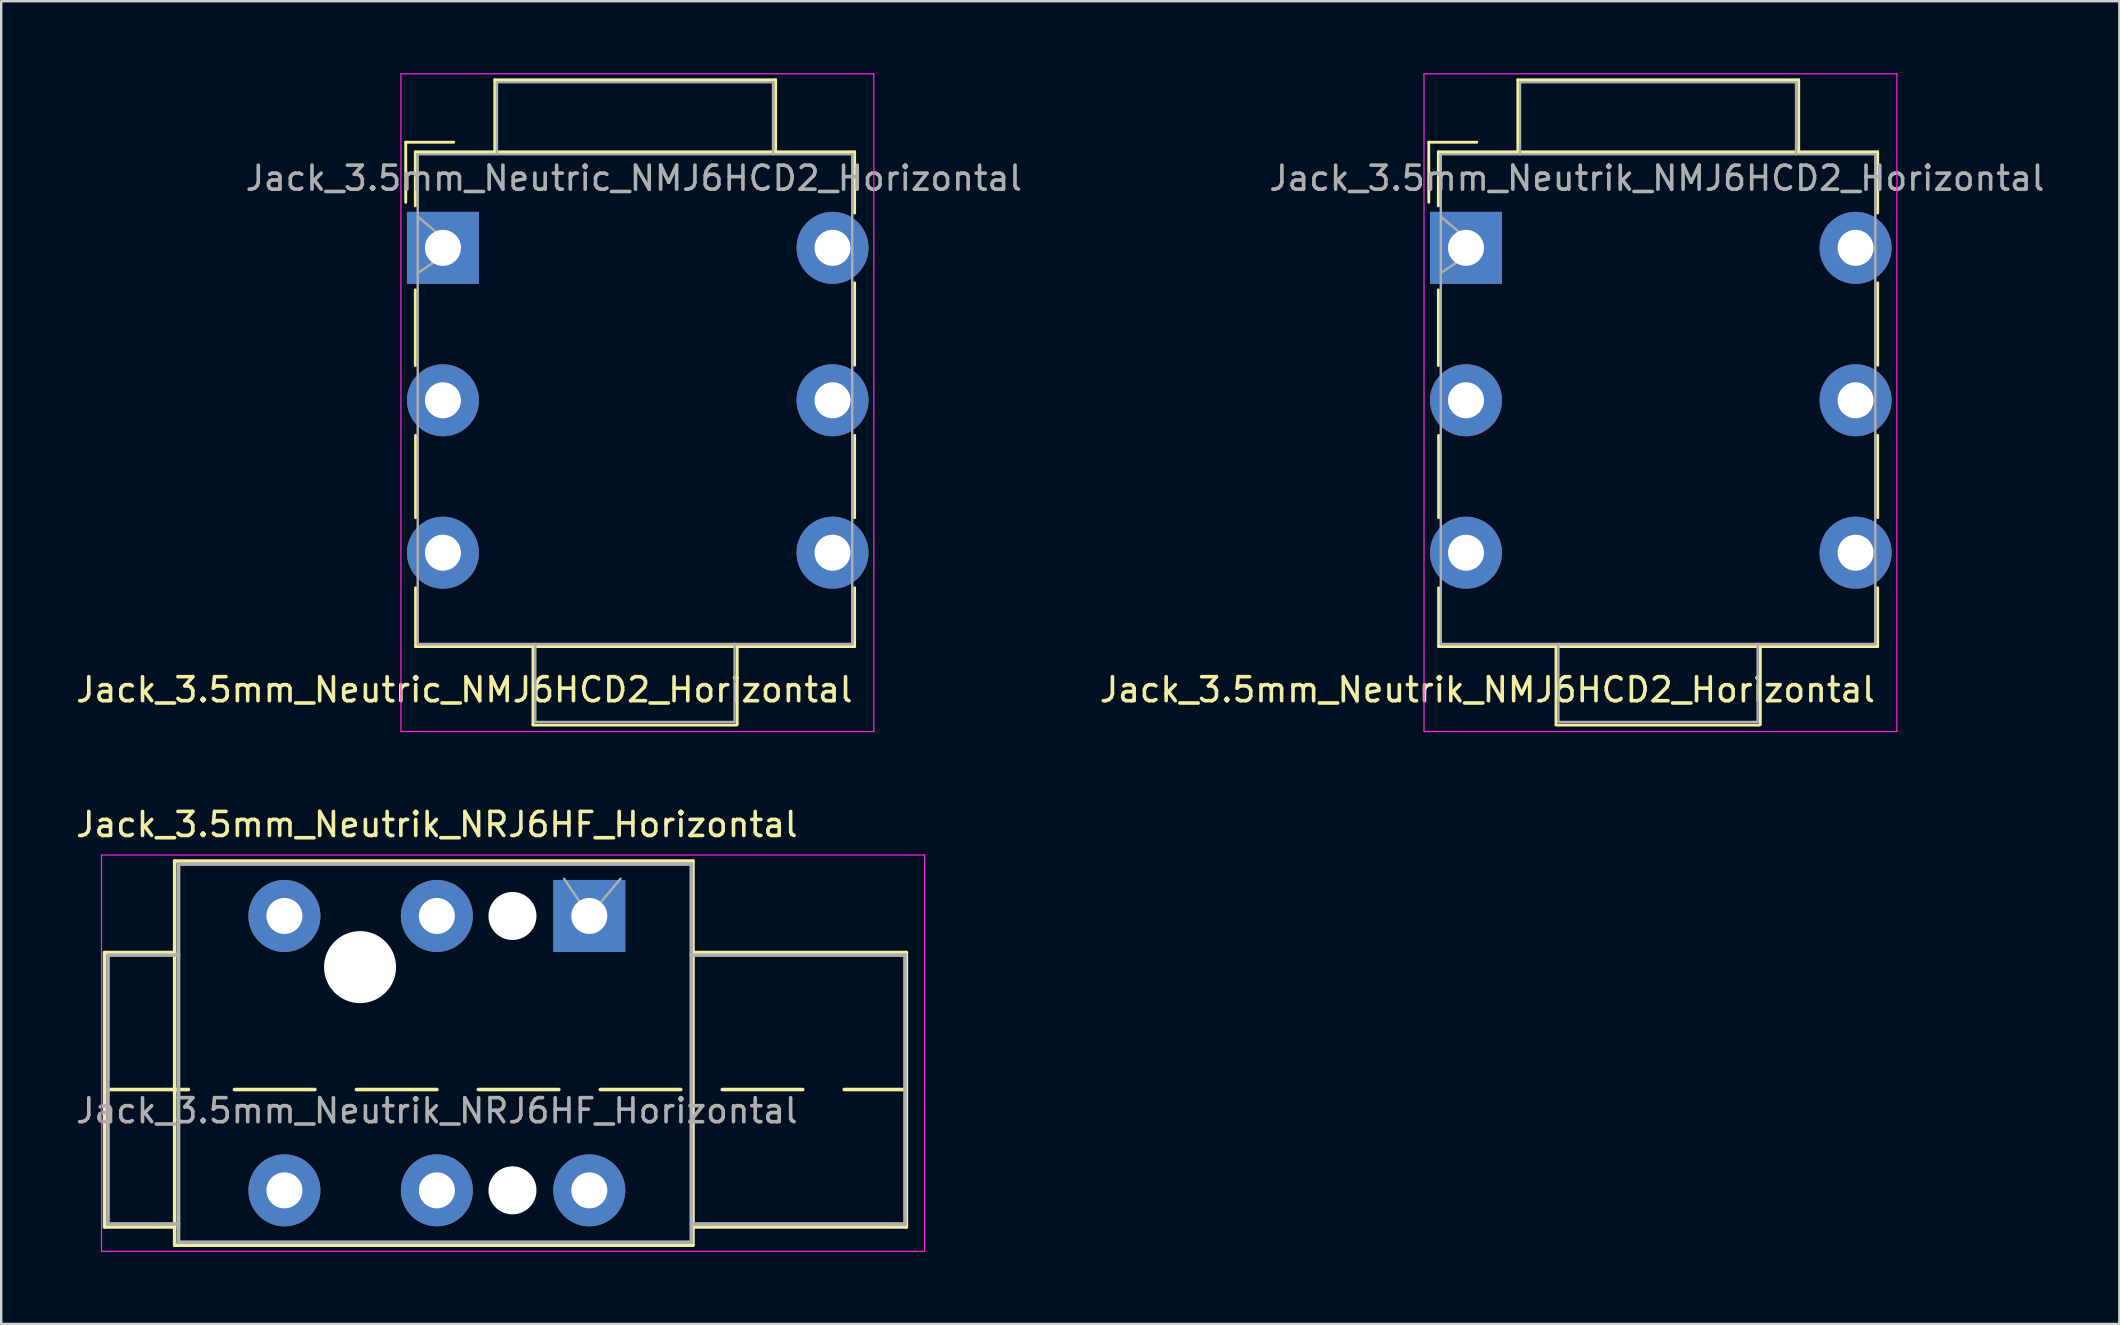
<source format=kicad_pcb>
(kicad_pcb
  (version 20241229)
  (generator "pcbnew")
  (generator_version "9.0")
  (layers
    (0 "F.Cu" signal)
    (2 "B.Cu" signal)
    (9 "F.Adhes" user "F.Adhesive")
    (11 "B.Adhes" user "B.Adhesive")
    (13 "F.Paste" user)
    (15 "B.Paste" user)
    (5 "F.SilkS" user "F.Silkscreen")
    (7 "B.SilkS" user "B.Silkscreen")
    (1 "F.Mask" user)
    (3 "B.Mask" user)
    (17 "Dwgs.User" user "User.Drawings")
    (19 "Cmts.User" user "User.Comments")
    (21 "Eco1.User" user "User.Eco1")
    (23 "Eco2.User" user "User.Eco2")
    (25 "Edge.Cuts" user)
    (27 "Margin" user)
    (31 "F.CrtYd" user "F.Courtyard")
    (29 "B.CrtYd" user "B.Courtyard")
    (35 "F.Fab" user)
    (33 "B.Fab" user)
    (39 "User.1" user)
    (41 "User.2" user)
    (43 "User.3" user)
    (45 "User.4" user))
  (footprint "Jack_3.5mm_Neutrik_NRJ6HF_Horizontal"
    (layer "F.Cu")
    (at 8.799 35.108)
    (property "Reference" "Jack_3.5mm_Neutrik_NRJ6HF_Horizontal" (at 6.35 -3.81 0) (layer "F.SilkS") (effects (font (size 1 1) (thickness 0.15))))
    (attr through_hole)
    (fp_line (start -7.493 1.524) (end -7.493 12.954) (stroke (width 0.15) (type solid)) (layer "F.SilkS"))
    (fp_line (start -7.493 1.524) (end -4.572 1.524) (stroke (width 0.15) (type solid)) (layer "F.SilkS"))
    (fp_line (start -7.493 12.954) (end -4.572 12.954) (stroke (width 0.15) (type solid)) (layer "F.SilkS"))
    (fp_line (start -7.35 7.23) (end -4 7.23) (stroke (width 0.15) (type solid)) (layer "F.SilkS"))
    (fp_line (start -4.572 -2.286) (end -4.572 13.716) (stroke (width 0.15) (type solid)) (layer "F.SilkS"))
    (fp_line (start -4.572 -2.286) (end 17.018 -2.286) (stroke (width 0.15) (type solid)) (layer "F.SilkS"))
    (fp_line (start -4.572 13.716) (end 17.018 13.716) (stroke (width 0.15) (type solid)) (layer "F.SilkS"))
    (fp_line (start -2.08 7.23) (end 1.27 7.23) (stroke (width 0.15) (type solid)) (layer "F.SilkS"))
    (fp_line (start 3 7.23) (end 6.35 7.23) (stroke (width 0.15) (type solid)) (layer "F.SilkS"))
    (fp_line (start 8.08 7.23) (end 11.43 7.23) (stroke (width 0.15) (type solid)) (layer "F.SilkS"))
    (fp_line (start 13.16 7.23) (end 16.51 7.23) (stroke (width 0.15) (type solid)) (layer "F.SilkS"))
    (fp_line (start 17.018 -2.286) (end 17.018 13.716) (stroke (width 0.15) (type solid)) (layer "F.SilkS"))
    (fp_line (start 17.018 1.524) (end 25.908 1.524) (stroke (width 0.15) (type solid)) (layer "F.SilkS"))
    (fp_line (start 17.018 12.954) (end 25.908 12.954) (stroke (width 0.15) (type solid)) (layer "F.SilkS"))
    (fp_line (start 18.24 7.23) (end 21.59 7.23) (stroke (width 0.15) (type solid)) (layer "F.SilkS"))
    (fp_line (start 23.32 7.23) (end 25.85 7.23) (stroke (width 0.15) (type solid)) (layer "F.SilkS"))
    (fp_line (start 25.908 1.524) (end 25.908 12.954) (stroke (width 0.15) (type solid)) (layer "F.SilkS"))
    (fp_line (start -7.62 -2.54) (end -7.62 13.97) (stroke (width 0.05) (type solid)) (layer "F.CrtYd"))
    (fp_line (start -7.62 13.97) (end 26.67 13.97) (stroke (width 0.05) (type solid)) (layer "F.CrtYd"))
    (fp_line (start 26.67 -2.54) (end -7.62 -2.54) (stroke (width 0.05) (type solid)) (layer "F.CrtYd"))
    (fp_line (start 26.67 -2.54) (end 26.67 13.97) (stroke (width 0.05) (type solid)) (layer "F.CrtYd"))
    (fp_line (start -7.35 1.63) (end -7.35 12.83) (stroke (width 0.15) (type solid)) (layer "F.Fab"))
    (fp_line (start -7.35 1.63) (end -4.41 1.63) (stroke (width 0.15) (type solid)) (layer "F.Fab"))
    (fp_line (start -7.35 12.83) (end -4.41 12.83) (stroke (width 0.15) (type solid)) (layer "F.Fab"))
    (fp_line (start -4.41 -2.16) (end -4.41 13.59) (stroke (width 0.15) (type solid)) (layer "F.Fab"))
    (fp_line (start -4.41 -2.16) (end 16.95 -2.16) (stroke (width 0.15) (type solid)) (layer "F.Fab"))
    (fp_line (start -4.41 13.59) (end 16.95 13.59) (stroke (width 0.15) (type solid)) (layer "F.Fab"))
    (fp_line (start 12.7 0) (end 11.65 -1.55) (stroke (width 0.1) (type solid)) (layer "F.Fab"))
    (fp_line (start 14 -1.55) (end 12.7 0) (stroke (width 0.1) (type solid)) (layer "F.Fab"))
    (fp_line (start 16.95 -2.16) (end 16.95 13.59) (stroke (width 0.15) (type solid)) (layer "F.Fab"))
    (fp_line (start 16.95 1.63) (end 25.85 1.63) (stroke (width 0.15) (type solid)) (layer "F.Fab"))
    (fp_line (start 16.95 12.83) (end 25.85 12.83) (stroke (width 0.15) (type solid)) (layer "F.Fab"))
    (fp_line (start 25.85 1.63) (end 25.85 12.83) (stroke (width 0.15) (type solid)) (layer "F.Fab"))
    (fp_text user "${REFERENCE}" (at 6.35 8.115 0) (layer "F.Fab") (effects (font (size 1 1) (thickness 0.15))))
    (pad "" np_thru_hole circle (at 3.15 2.13) (size 3 3) (drill 3) (layers "*.Cu" "*.Mask"))
    (pad "" np_thru_hole circle (at 9.5 0) (size 2 2) (drill 2) (layers "*.Cu" "*.Mask"))
    (pad "" np_thru_hole circle (at 9.5 11.43) (size 2 2) (drill 2) (layers "*.Cu" "*.Mask"))
    (pad "R" thru_hole circle (at 6.35 0) (size 3 3) (drill 1.5) (layers "*.Cu" "*.Mask"))
    (pad "RN" thru_hole circle (at 6.35 11.43) (size 3 3) (drill 1.5) (layers "*.Cu" "*.Mask"))
    (pad "S" thru_hole rect (at 12.7 0) (size 3 3) (drill 1.5) (layers "*.Cu" "*.Mask"))
    (pad "SN" thru_hole circle (at 12.7 11.43) (size 3 3) (drill 1.5) (layers "*.Cu" "*.Mask"))
    (pad "T" thru_hole circle (at 0 0) (size 3 3) (drill 1.5) (layers "*.Cu" "*.Mask"))
    (pad "TN" thru_hole circle (at 0 11.43) (size 3 3) (drill 1.5) (layers "*.Cu" "*.Mask")))
  (footprint "Jack_3.5mm_Neutrik_NMJ6HCD2_Horizontal"
    (layer "F.Cu")
    (at 58.021 7.275)
    (property "Reference" "Jack_3.5mm_Neutrik_NMJ6HCD2_Horizontal" (at 0.89 18.41 0) (layer "F.SilkS") (effects (font (size 1 1) (thickness 0.15))))
    (attr through_hole)
    (fp_line (start -1.55 -4.4) (end -1.55 -1.9) (stroke (width 0.12) (type solid)) (layer "F.SilkS"))
    (fp_line (start -1.15 -4) (end 17.15 -4) (stroke (width 0.12) (type solid)) (layer "F.SilkS"))
    (fp_line (start -1.15 -1.75) (end -1.15 -4) (stroke (width 0.12) (type solid)) (layer "F.SilkS"))
    (fp_line (start -1.15 4.9) (end -1.15 1.75) (stroke (width 0.12) (type solid)) (layer "F.SilkS"))
    (fp_line (start -1.14 11.24) (end -1.14 7.81) (stroke (width 0.12) (type solid)) (layer "F.SilkS"))
    (fp_line (start -1.14 16.61) (end -1.14 14.16) (stroke (width 0.12) (type solid)) (layer "F.SilkS"))
    (fp_line (start -1.14 16.61) (end 17.15 16.61) (stroke (width 0.12) (type solid)) (layer "F.SilkS"))
    (fp_line (start 0.45 -4.4) (end -1.55 -4.4) (stroke (width 0.12) (type solid)) (layer "F.SilkS"))
    (fp_line (start 2.16 -7) (end 2.16 -4) (stroke (width 0.12) (type solid)) (layer "F.SilkS"))
    (fp_line (start 2.16 -7) (end 13.86 -7) (stroke (width 0.12) (type solid)) (layer "F.SilkS"))
    (fp_line (start 3.75 16.64) (end 3.75 19.86) (stroke (width 0.12) (type solid)) (layer "F.SilkS"))
    (fp_line (start 3.75 19.88) (end 12.23 19.88) (stroke (width 0.12) (type solid)) (layer "F.SilkS"))
    (fp_line (start 12.26 16.64) (end 12.26 19.86) (stroke (width 0.12) (type solid)) (layer "F.SilkS"))
    (fp_line (start 13.86 -7) (end 13.86 -4) (stroke (width 0.12) (type solid)) (layer "F.SilkS"))
    (fp_line (start 17.15 -4) (end 17.15 -1.45) (stroke (width 0.12) (type solid)) (layer "F.SilkS"))
    (fp_line (start 17.15 1.46) (end 17.15 4.89) (stroke (width 0.12) (type solid)) (layer "F.SilkS"))
    (fp_line (start 17.15 7.81) (end 17.15 11.24) (stroke (width 0.12) (type solid)) (layer "F.SilkS"))
    (fp_line (start 17.15 16.61) (end 17.15 14.16) (stroke (width 0.12) (type solid)) (layer "F.SilkS"))
    (fp_line (start -1.75 -7.25) (end -1.75 20.15) (stroke (width 0.05) (type solid)) (layer "F.CrtYd"))
    (fp_line (start -1.75 -7.25) (end 17.95 -7.25) (stroke (width 0.05) (type solid)) (layer "F.CrtYd"))
    (fp_line (start -1.75 20.15) (end 17.95 20.15) (stroke (width 0.05) (type solid)) (layer "F.CrtYd"))
    (fp_line (start 17.95 20.15) (end 17.95 -7.25) (stroke (width 0.05) (type solid)) (layer "F.CrtYd"))
    (fp_line (start -1.05 -3.9) (end 17.05 -3.9) (stroke (width 0.1) (type solid)) (layer "F.Fab"))
    (fp_line (start -1.05 -1.3) (end 0.5 0) (stroke (width 0.1) (type solid)) (layer "F.Fab"))
    (fp_line (start -1.05 16.5) (end -1.05 -3.9) (stroke (width 0.1) (type solid)) (layer "F.Fab"))
    (fp_line (start 0.5 0) (end -1.05 1.05) (stroke (width 0.1) (type solid)) (layer "F.Fab"))
    (fp_line (start 2.25 -6.9) (end 13.75 -6.9) (stroke (width 0.1) (type solid)) (layer "F.Fab"))
    (fp_line (start 2.25 -3.9) (end 2.25 -6.9) (stroke (width 0.1) (type solid)) (layer "F.Fab"))
    (fp_line (start 3.85 16.5) (end 3.85 19.75) (stroke (width 0.1) (type solid)) (layer "F.Fab"))
    (fp_line (start 3.85 19.75) (end 12.15 19.75) (stroke (width 0.1) (type solid)) (layer "F.Fab"))
    (fp_line (start 12.15 19.75) (end 12.15 16.5) (stroke (width 0.1) (type solid)) (layer "F.Fab"))
    (fp_line (start 13.75 -6.9) (end 13.75 -3.9) (stroke (width 0.1) (type solid)) (layer "F.Fab"))
    (fp_line (start 17.05 -3.9) (end 17.05 16.5) (stroke (width 0.1) (type solid)) (layer "F.Fab"))
    (fp_line (start 17.05 16.5) (end -1.05 16.5) (stroke (width 0.1) (type solid)) (layer "F.Fab"))
    (fp_text user "${REFERENCE}" (at 7.95 -2.9 0) (layer "F.Fab") (effects (font (size 1 1) (thickness 0.15))))
    (pad "R" thru_hole circle (at 16.23 6.35) (size 3 3) (drill 1.5) (layers "*.Cu" "*.Mask"))
    (pad "RN" thru_hole circle (at 0 6.35) (size 3 3) (drill 1.5) (layers "*.Cu" "*.Mask"))
    (pad "S" thru_hole circle (at 16.23 12.7) (size 3 3) (drill 1.5) (layers "*.Cu" "*.Mask"))
    (pad "SN" thru_hole circle (at 0 12.7) (size 3 3) (drill 1.5) (layers "*.Cu" "*.Mask"))
    (pad "T" thru_hole circle (at 16.23 0) (size 3 3) (drill 1.5) (layers "*.Cu" "*.Mask"))
    (pad "TN" thru_hole rect (at 0 0) (size 3 3) (drill 1.5) (layers "*.Cu" "*.Mask")))
  (footprint "Jack_3.5mm_Neutric_NMJ6HCD2_Horizontal"
    (layer "F.Cu")
    (at 15.402 7.275)
    (property "Reference" "Jack_3.5mm_Neutric_NMJ6HCD2_Horizontal" (at 0.89 18.41 0) (layer "F.SilkS") (effects (font (size 1 1) (thickness 0.15))))
    (attr through_hole)
    (fp_line (start -1.55 -4.4) (end -1.55 -1.9) (stroke (width 0.12) (type solid)) (layer "F.SilkS"))
    (fp_line (start -1.15 -4) (end 17.15 -4) (stroke (width 0.12) (type solid)) (layer "F.SilkS"))
    (fp_line (start -1.15 -1.75) (end -1.15 -4) (stroke (width 0.12) (type solid)) (layer "F.SilkS"))
    (fp_line (start -1.15 4.9) (end -1.15 1.75) (stroke (width 0.12) (type solid)) (layer "F.SilkS"))
    (fp_line (start -1.14 11.24) (end -1.14 7.81) (stroke (width 0.12) (type solid)) (layer "F.SilkS"))
    (fp_line (start -1.14 16.61) (end -1.14 14.16) (stroke (width 0.12) (type solid)) (layer "F.SilkS"))
    (fp_line (start -1.14 16.61) (end 17.15 16.61) (stroke (width 0.12) (type solid)) (layer "F.SilkS"))
    (fp_line (start 0.45 -4.4) (end -1.55 -4.4) (stroke (width 0.12) (type solid)) (layer "F.SilkS"))
    (fp_line (start 2.16 -7) (end 2.16 -4) (stroke (width 0.12) (type solid)) (layer "F.SilkS"))
    (fp_line (start 2.16 -7) (end 13.86 -7) (stroke (width 0.12) (type solid)) (layer "F.SilkS"))
    (fp_line (start 3.75 16.64) (end 3.75 19.86) (stroke (width 0.12) (type solid)) (layer "F.SilkS"))
    (fp_line (start 3.75 19.88) (end 12.23 19.88) (stroke (width 0.12) (type solid)) (layer "F.SilkS"))
    (fp_line (start 12.26 16.64) (end 12.26 19.86) (stroke (width 0.12) (type solid)) (layer "F.SilkS"))
    (fp_line (start 13.86 -7) (end 13.86 -4) (stroke (width 0.12) (type solid)) (layer "F.SilkS"))
    (fp_line (start 17.15 -4) (end 17.15 -1.45) (stroke (width 0.12) (type solid)) (layer "F.SilkS"))
    (fp_line (start 17.15 1.46) (end 17.15 4.89) (stroke (width 0.12) (type solid)) (layer "F.SilkS"))
    (fp_line (start 17.15 7.81) (end 17.15 11.24) (stroke (width 0.12) (type solid)) (layer "F.SilkS"))
    (fp_line (start 17.15 16.61) (end 17.15 14.16) (stroke (width 0.12) (type solid)) (layer "F.SilkS"))
    (fp_line (start -1.75 -7.25) (end -1.75 20.15) (stroke (width 0.05) (type solid)) (layer "F.CrtYd"))
    (fp_line (start -1.75 -7.25) (end 17.95 -7.25) (stroke (width 0.05) (type solid)) (layer "F.CrtYd"))
    (fp_line (start -1.75 20.15) (end 17.95 20.15) (stroke (width 0.05) (type solid)) (layer "F.CrtYd"))
    (fp_line (start 17.95 20.15) (end 17.95 -7.25) (stroke (width 0.05) (type solid)) (layer "F.CrtYd"))
    (fp_line (start -1.05 -3.9) (end 17.05 -3.9) (stroke (width 0.1) (type solid)) (layer "F.Fab"))
    (fp_line (start -1.05 -1.3) (end 0.5 0) (stroke (width 0.1) (type solid)) (layer "F.Fab"))
    (fp_line (start -1.05 16.5) (end -1.05 -3.9) (stroke (width 0.1) (type solid)) (layer "F.Fab"))
    (fp_line (start 0.5 0) (end -1.05 1.05) (stroke (width 0.1) (type solid)) (layer "F.Fab"))
    (fp_line (start 2.25 -6.9) (end 13.75 -6.9) (stroke (width 0.1) (type solid)) (layer "F.Fab"))
    (fp_line (start 2.25 -3.9) (end 2.25 -6.9) (stroke (width 0.1) (type solid)) (layer "F.Fab"))
    (fp_line (start 3.85 16.5) (end 3.85 19.75) (stroke (width 0.1) (type solid)) (layer "F.Fab"))
    (fp_line (start 3.85 19.75) (end 12.15 19.75) (stroke (width 0.1) (type solid)) (layer "F.Fab"))
    (fp_line (start 12.15 19.75) (end 12.15 16.5) (stroke (width 0.1) (type solid)) (layer "F.Fab"))
    (fp_line (start 13.75 -6.9) (end 13.75 -3.9) (stroke (width 0.1) (type solid)) (layer "F.Fab"))
    (fp_line (start 17.05 -3.9) (end 17.05 16.5) (stroke (width 0.1) (type solid)) (layer "F.Fab"))
    (fp_line (start 17.05 16.5) (end -1.05 16.5) (stroke (width 0.1) (type solid)) (layer "F.Fab"))
    (fp_text user "${REFERENCE}" (at 7.95 -2.9 0) (layer "F.Fab") (effects (font (size 1 1) (thickness 0.15))))
    (pad "1" thru_hole rect (at 0 0) (size 3 3) (drill 1.5) (layers "*.Cu" "*.Mask"))
    (pad "2" thru_hole circle (at 0 12.7) (size 3 3) (drill 1.5) (layers "*.Cu" "*.Mask"))
    (pad "3" thru_hole circle (at 0 6.35) (size 3 3) (drill 1.5) (layers "*.Cu" "*.Mask"))
    (pad "4" thru_hole circle (at 16.23 0) (size 3 3) (drill 1.5) (layers "*.Cu" "*.Mask"))
    (pad "5" thru_hole circle (at 16.23 12.7) (size 3 3) (drill 1.5) (layers "*.Cu" "*.Mask"))
    (pad "6" thru_hole circle (at 16.23 6.35) (size 3 3) (drill 1.5) (layers "*.Cu" "*.Mask")))
  (gr_rect
    (start -3 -3)
    (end 85.239 52.103)
    (stroke (width 0.1) (type default))
    (fill no)
    (layer "Edge.Cuts")))
</source>
